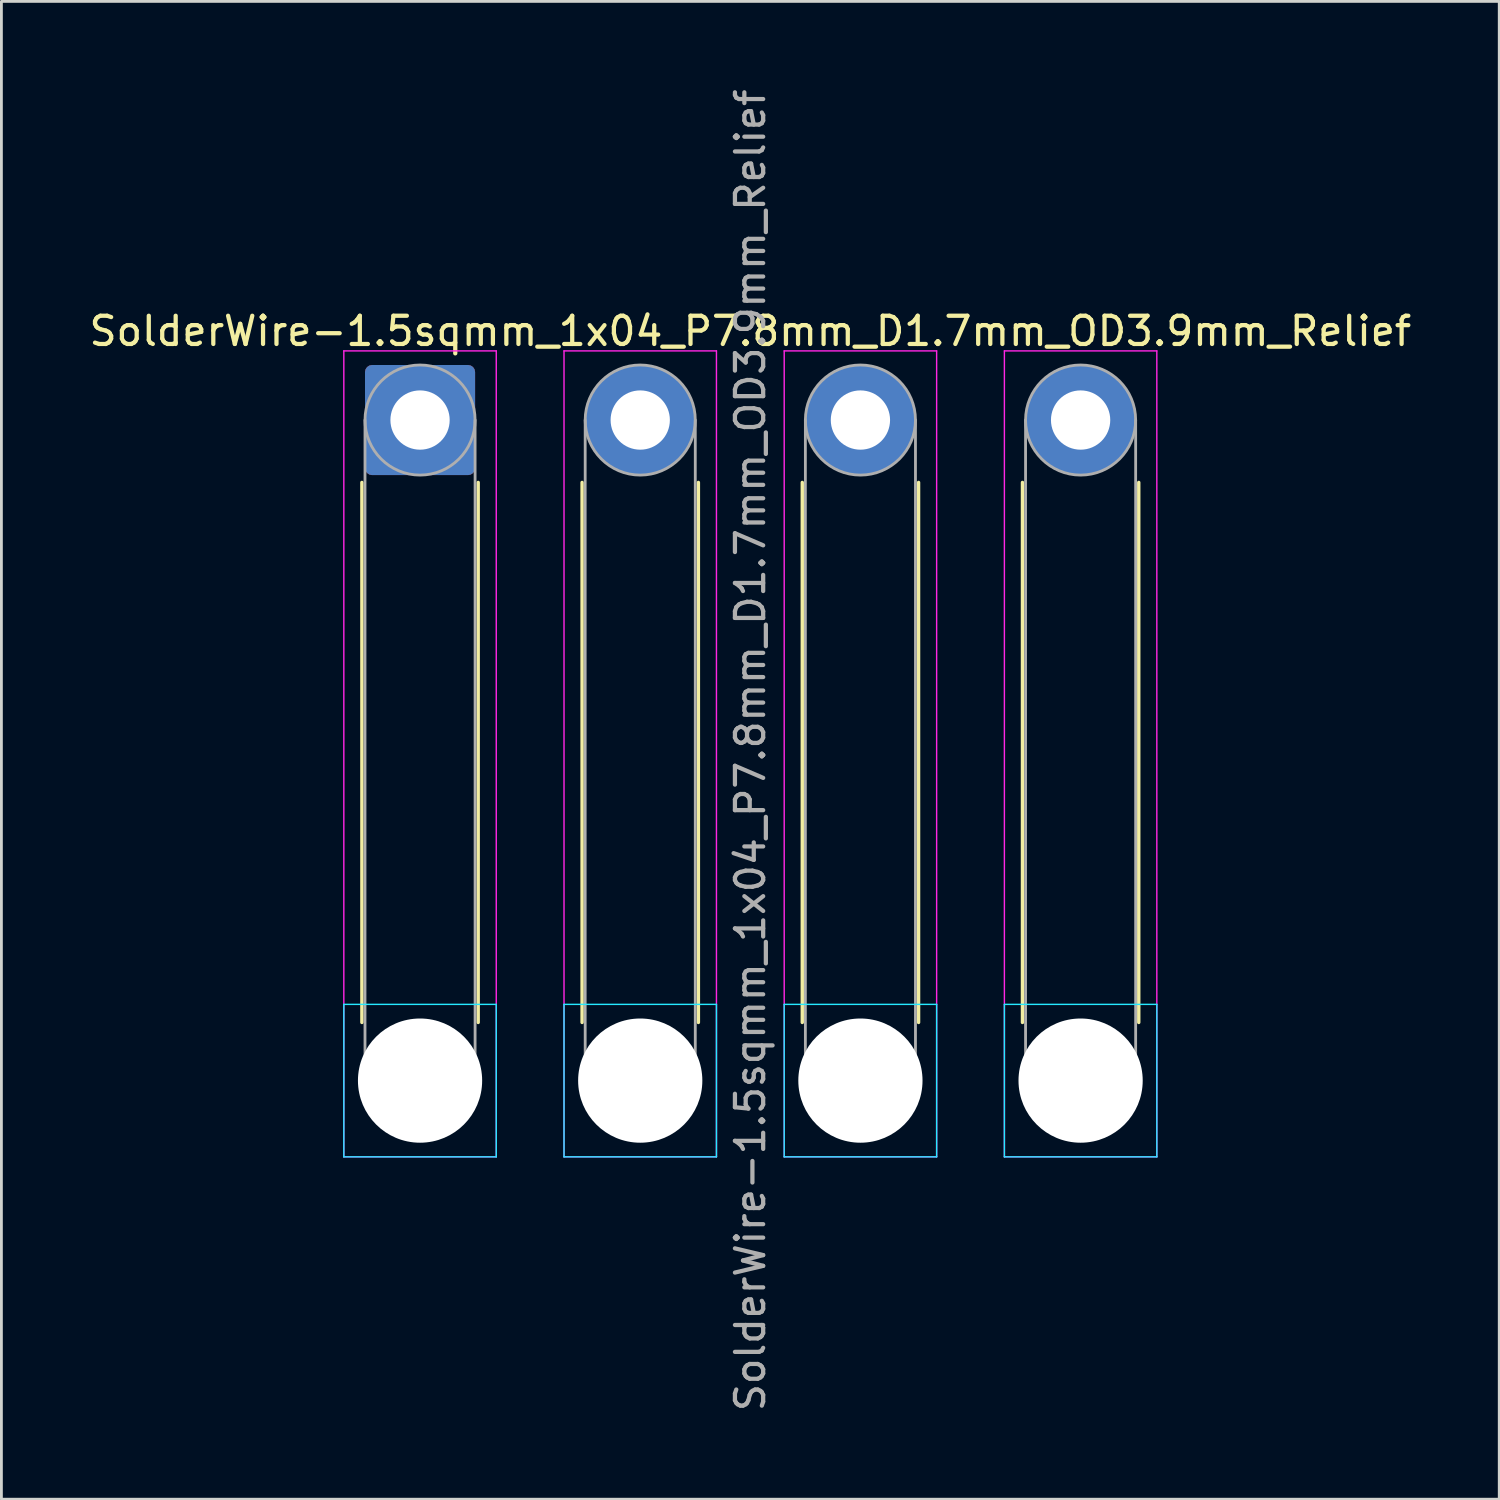
<source format=kicad_pcb>
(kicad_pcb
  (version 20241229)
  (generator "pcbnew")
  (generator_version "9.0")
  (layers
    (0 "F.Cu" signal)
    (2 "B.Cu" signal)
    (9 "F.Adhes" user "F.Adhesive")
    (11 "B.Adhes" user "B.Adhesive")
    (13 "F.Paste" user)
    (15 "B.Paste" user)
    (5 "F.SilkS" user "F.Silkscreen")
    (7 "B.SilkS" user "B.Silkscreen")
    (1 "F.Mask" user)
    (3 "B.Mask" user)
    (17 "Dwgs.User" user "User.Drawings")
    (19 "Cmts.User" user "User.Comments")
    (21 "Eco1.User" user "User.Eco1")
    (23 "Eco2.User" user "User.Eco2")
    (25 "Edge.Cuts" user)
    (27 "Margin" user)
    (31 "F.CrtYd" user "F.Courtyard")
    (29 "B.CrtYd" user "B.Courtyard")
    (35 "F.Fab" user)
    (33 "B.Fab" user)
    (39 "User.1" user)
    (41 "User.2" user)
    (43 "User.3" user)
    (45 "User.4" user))
  (footprint "SolderWire-1.5sqmm_1x04_P7.8mm_D1.7mm_OD3.9mm_Relief"
    (layer "F.Cu")
    (at 11.83 11.83)
    (property "Reference" "SolderWire-1.5sqmm_1x04_P7.8mm_D1.7mm_OD3.9mm_Relief" (at 11.7 -3.15 0) (layer "F.SilkS") (effects (font (size 1 1) (thickness 0.15))))
    (attr exclude_from_pos_files exclude_from_bom)
    (fp_line (start -2.06 2.21) (end -2.06 21.34) (stroke (width 0.12) (type solid)) (layer "F.SilkS"))
    (fp_line (start 2.06 2.21) (end 2.06 21.34) (stroke (width 0.12) (type solid)) (layer "F.SilkS"))
    (fp_line (start 5.74 2.21) (end 5.74 21.34) (stroke (width 0.12) (type solid)) (layer "F.SilkS"))
    (fp_line (start 9.86 2.21) (end 9.86 21.34) (stroke (width 0.12) (type solid)) (layer "F.SilkS"))
    (fp_line (start 13.54 2.21) (end 13.54 21.34) (stroke (width 0.12) (type solid)) (layer "F.SilkS"))
    (fp_line (start 17.66 2.21) (end 17.66 21.34) (stroke (width 0.12) (type solid)) (layer "F.SilkS"))
    (fp_line (start 21.34 2.21) (end 21.34 21.34) (stroke (width 0.12) (type solid)) (layer "F.SilkS"))
    (fp_line (start 25.46 2.21) (end 25.46 21.34) (stroke (width 0.12) (type solid)) (layer "F.SilkS"))
    (fp_line (start -2.7 20.7) (end -2.7 26.1) (stroke (width 0.05) (type solid)) (layer "B.CrtYd"))
    (fp_line (start -2.7 26.1) (end 2.7 26.1) (stroke (width 0.05) (type solid)) (layer "B.CrtYd"))
    (fp_line (start 2.7 20.7) (end -2.7 20.7) (stroke (width 0.05) (type solid)) (layer "B.CrtYd"))
    (fp_line (start 2.7 26.1) (end 2.7 20.7) (stroke (width 0.05) (type solid)) (layer "B.CrtYd"))
    (fp_line (start 5.1 20.7) (end 5.1 26.1) (stroke (width 0.05) (type solid)) (layer "B.CrtYd"))
    (fp_line (start 5.1 26.1) (end 10.5 26.1) (stroke (width 0.05) (type solid)) (layer "B.CrtYd"))
    (fp_line (start 10.5 20.7) (end 5.1 20.7) (stroke (width 0.05) (type solid)) (layer "B.CrtYd"))
    (fp_line (start 10.5 26.1) (end 10.5 20.7) (stroke (width 0.05) (type solid)) (layer "B.CrtYd"))
    (fp_line (start 12.9 20.7) (end 12.9 26.1) (stroke (width 0.05) (type solid)) (layer "B.CrtYd"))
    (fp_line (start 12.9 26.1) (end 18.3 26.1) (stroke (width 0.05) (type solid)) (layer "B.CrtYd"))
    (fp_line (start 18.3 20.7) (end 12.9 20.7) (stroke (width 0.05) (type solid)) (layer "B.CrtYd"))
    (fp_line (start 18.3 26.1) (end 18.3 20.7) (stroke (width 0.05) (type solid)) (layer "B.CrtYd"))
    (fp_line (start 20.7 20.7) (end 20.7 26.1) (stroke (width 0.05) (type solid)) (layer "B.CrtYd"))
    (fp_line (start 20.7 26.1) (end 26.1 26.1) (stroke (width 0.05) (type solid)) (layer "B.CrtYd"))
    (fp_line (start 26.1 20.7) (end 20.7 20.7) (stroke (width 0.05) (type solid)) (layer "B.CrtYd"))
    (fp_line (start 26.1 26.1) (end 26.1 20.7) (stroke (width 0.05) (type solid)) (layer "B.CrtYd"))
    (fp_line (start -2.7 -2.45) (end -2.7 26.1) (stroke (width 0.05) (type solid)) (layer "F.CrtYd"))
    (fp_line (start -2.7 26.1) (end 2.7 26.1) (stroke (width 0.05) (type solid)) (layer "F.CrtYd"))
    (fp_line (start 2.7 -2.45) (end -2.7 -2.45) (stroke (width 0.05) (type solid)) (layer "F.CrtYd"))
    (fp_line (start 2.7 26.1) (end 2.7 -2.45) (stroke (width 0.05) (type solid)) (layer "F.CrtYd"))
    (fp_line (start 5.1 -2.45) (end 5.1 26.1) (stroke (width 0.05) (type solid)) (layer "F.CrtYd"))
    (fp_line (start 5.1 26.1) (end 10.5 26.1) (stroke (width 0.05) (type solid)) (layer "F.CrtYd"))
    (fp_line (start 10.5 -2.45) (end 5.1 -2.45) (stroke (width 0.05) (type solid)) (layer "F.CrtYd"))
    (fp_line (start 10.5 26.1) (end 10.5 -2.45) (stroke (width 0.05) (type solid)) (layer "F.CrtYd"))
    (fp_line (start 12.9 -2.45) (end 12.9 26.1) (stroke (width 0.05) (type solid)) (layer "F.CrtYd"))
    (fp_line (start 12.9 26.1) (end 18.3 26.1) (stroke (width 0.05) (type solid)) (layer "F.CrtYd"))
    (fp_line (start 18.3 -2.45) (end 12.9 -2.45) (stroke (width 0.05) (type solid)) (layer "F.CrtYd"))
    (fp_line (start 18.3 26.1) (end 18.3 -2.45) (stroke (width 0.05) (type solid)) (layer "F.CrtYd"))
    (fp_line (start 20.7 -2.45) (end 20.7 26.1) (stroke (width 0.05) (type solid)) (layer "F.CrtYd"))
    (fp_line (start 20.7 26.1) (end 26.1 26.1) (stroke (width 0.05) (type solid)) (layer "F.CrtYd"))
    (fp_line (start 26.1 -2.45) (end 20.7 -2.45) (stroke (width 0.05) (type solid)) (layer "F.CrtYd"))
    (fp_line (start 26.1 26.1) (end 26.1 -2.45) (stroke (width 0.05) (type solid)) (layer "F.CrtYd"))
    (fp_line (start -1.95 0) (end -1.95 23.4) (stroke (width 0.1) (type solid)) (layer "F.Fab"))
    (fp_line (start 1.95 0) (end 1.95 23.4) (stroke (width 0.1) (type solid)) (layer "F.Fab"))
    (fp_line (start 5.85 0) (end 5.85 23.4) (stroke (width 0.1) (type solid)) (layer "F.Fab"))
    (fp_line (start 9.75 0) (end 9.75 23.4) (stroke (width 0.1) (type solid)) (layer "F.Fab"))
    (fp_line (start 13.65 0) (end 13.65 23.4) (stroke (width 0.1) (type solid)) (layer "F.Fab"))
    (fp_line (start 17.55 0) (end 17.55 23.4) (stroke (width 0.1) (type solid)) (layer "F.Fab"))
    (fp_line (start 21.45 0) (end 21.45 23.4) (stroke (width 0.1) (type solid)) (layer "F.Fab"))
    (fp_line (start 25.35 0) (end 25.35 23.4) (stroke (width 0.1) (type solid)) (layer "F.Fab"))
    (fp_circle (center 0 0) (end 1.95 0) (stroke (width 0.1) (type solid)) (fill no) (layer "F.Fab"))
    (fp_circle (center 0 23.4) (end 1.95 23.4) (stroke (width 0.1) (type solid)) (fill no) (layer "F.Fab"))
    (fp_circle (center 7.8 0) (end 9.75 0) (stroke (width 0.1) (type solid)) (fill no) (layer "F.Fab"))
    (fp_circle (center 7.8 23.4) (end 9.75 23.4) (stroke (width 0.1) (type solid)) (fill no) (layer "F.Fab"))
    (fp_circle (center 15.6 0) (end 17.55 0) (stroke (width 0.1) (type solid)) (fill no) (layer "F.Fab"))
    (fp_circle (center 15.6 23.4) (end 17.55 23.4) (stroke (width 0.1) (type solid)) (fill no) (layer "F.Fab"))
    (fp_circle (center 23.4 0) (end 25.35 0) (stroke (width 0.1) (type solid)) (fill no) (layer "F.Fab"))
    (fp_circle (center 23.4 23.4) (end 25.35 23.4) (stroke (width 0.1) (type solid)) (fill no) (layer "F.Fab"))
    (fp_text user "${REFERENCE}" (at 11.7 11.7 90) (layer "F.Fab") (effects (font (size 1 1) (thickness 0.15))))
    (pad "" np_thru_hole circle (at 0 23.4) (size 4.4 4.4) (drill 4.4) (layers "*.Cu" "*.Mask"))
    (pad "" np_thru_hole circle (at 7.8 23.4) (size 4.4 4.4) (drill 4.4) (layers "*.Cu" "*.Mask"))
    (pad "" np_thru_hole circle (at 15.6 23.4) (size 4.4 4.4) (drill 4.4) (layers "*.Cu" "*.Mask"))
    (pad "" np_thru_hole circle (at 23.4 23.4) (size 4.4 4.4) (drill 4.4) (layers "*.Cu" "*.Mask"))
    (pad "1" thru_hole roundrect (at 0 0) (size 3.9 3.9) (drill 2.1) (layers "*.Cu" "*.Mask") (roundrect_rratio 0.064))
    (pad "2" thru_hole circle (at 7.8 0) (size 3.9 3.9) (drill 2.1) (layers "*.Cu" "*.Mask"))
    (pad "3" thru_hole circle (at 15.6 0) (size 3.9 3.9) (drill 2.1) (layers "*.Cu" "*.Mask"))
    (pad "4" thru_hole circle (at 23.4 0) (size 3.9 3.9) (drill 2.1) (layers "*.Cu" "*.Mask")))
  (gr_rect
    (start -3 -3)
    (end 50.06 50.06)
    (stroke (width 0.1) (type default))
    (fill no)
    (layer "Edge.Cuts")))
</source>
